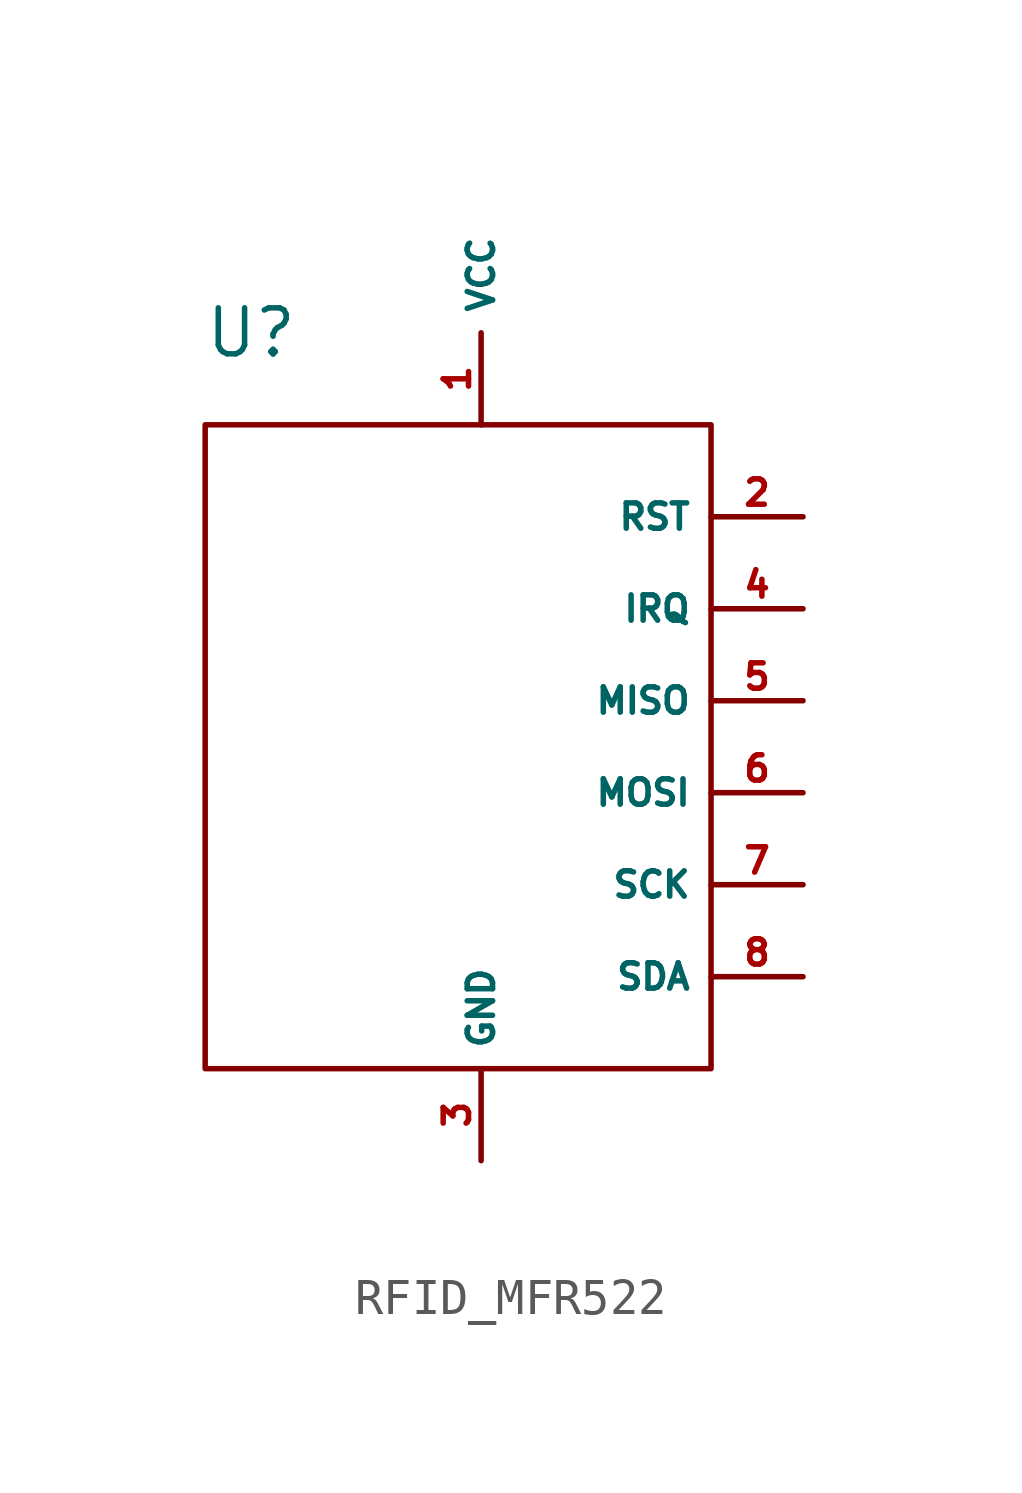
<source format=kicad_sym>
(kicad_symbol_lib
  (version 20220914)
  (generator kicad_symbol_editor)
  (symbol "RFID_MFR522"
    (property "Reference" "U"
      (at -3.81 5.08 0)
      (effects (font (size 1.27 1.27))))
    (property "Value" ""
      (at -3.81 5.08 0)
      (effects (font (size 1.27 1.27))))
    (property "ki_locked" ""
      (at 0 0 0)
      (effects (font (size 1.27 1.27))))
    (symbol "RFID_MFR522_1_1"
      (rectangle (start -5.08 2.54) (end 8.89 -15.24) (stroke (width 0) (type default)) (fill (type none)))
      (pin power_in line (at 2.54 2.54 90) (length 2.54) (name "VCC" (effects (font (size 0.7 0.7)))) (number "1" (effects (font (size 0.7 0.7)))))
      (pin input line (at 11.43 0 180) (length 2.54) (name "RST" (effects (font (size 0.7 0.7)))) (number "2" (effects (font (size 0.7 0.7)))))
      (pin power_in line (at 2.54 -17.78 90) (length 2.54) (name "GND" (effects (font (size 0.7 0.7)))) (number "3" (effects (font (size 0.7 0.7)))))
      (pin input line (at 11.43 -2.54 180) (length 2.54) (name "IRQ" (effects (font (size 0.7 0.7)))) (number "4" (effects (font (size 0.7 0.7)))))
      (pin bidirectional line (at 11.43 -5.08 180) (length 2.54) (name "MISO" (effects (font (size 0.7 0.7)))) (number "5" (effects (font (size 0.7 0.7)))))
      (pin input line (at 11.43 -7.62 180) (length 2.54) (name "MOSI" (effects (font (size 0.7 0.7)))) (number "6" (effects (font (size 0.7 0.7)))))
      (pin input line (at 11.43 -10.16 180) (length 2.54) (name "SCK" (effects (font (size 0.7 0.7)))) (number "7" (effects (font (size 0.7 0.7)))))
      (pin input line (at 11.43 -12.7 180) (length 2.54) (name "SDA" (effects (font (size 0.7 0.7)))) (number "8" (effects (font (size 0.7 0.7))))))))
</source>
